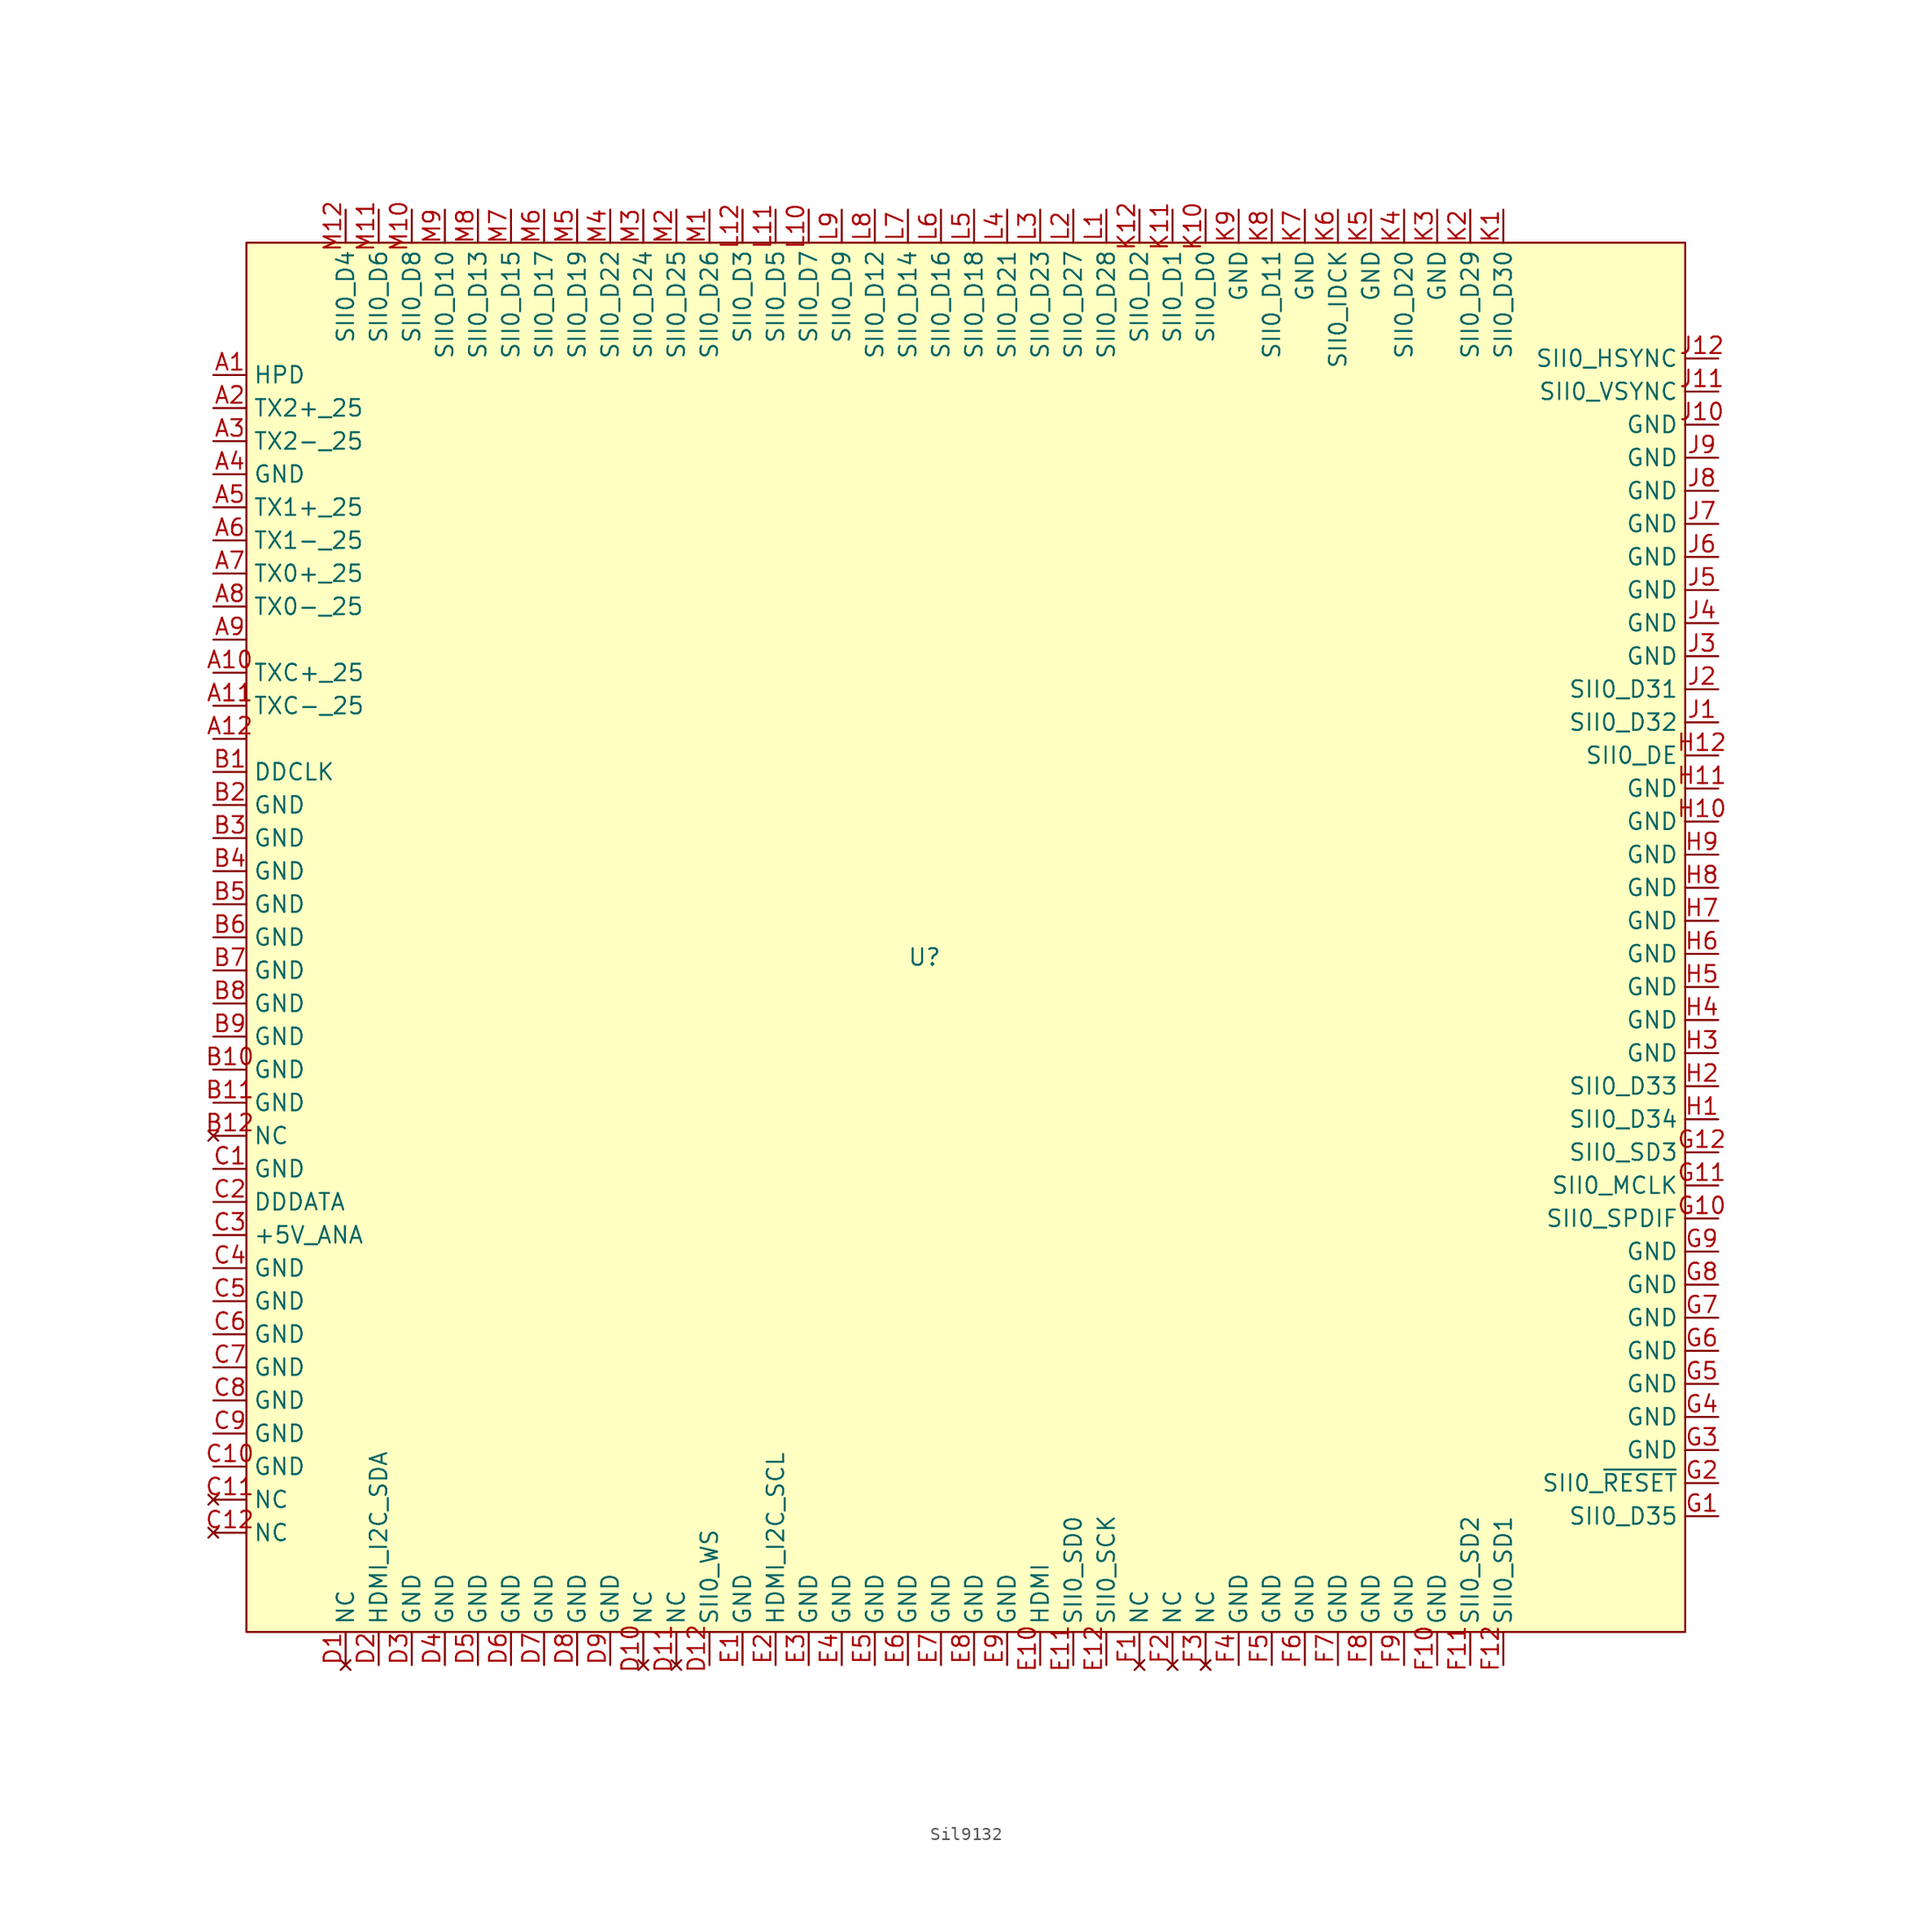
<source format=kicad_sym>
(kicad_symbol_lib
  (version 20231120)
  (generator "kicad_symbol_editor")
  (generator_version "8.0")
  (symbol "Sil9132"
    (property "Reference" "U"
      (at 0 -0.254 0)
      (effects (font (size 1.27 1.27))))
    (property "Value" ""
      (at 0 0 0)
      (effects (font (size 1.27 1.27))))
    (symbol "Sil9132_1_1"
      (rectangle (start -52.07 54.61) (end 58.42 -52.07) (stroke (width 0) (type default)) (fill (type background)))
      (pin unspecified line (at -54.61 44.45 0) (length 2.54) (name "HPD" (effects (font (size 1.27 1.27)))) (number "A1" (effects (font (size 1.27 1.27)))))
      (pin unspecified line (at -54.61 21.59 0) (length 2.54) (name "TXC+_25" (effects (font (size 1.27 1.27)))) (number "A10" (effects (font (size 1.27 1.27)))))
      (pin unspecified line (at -54.61 19.05 0) (length 2.54) (name "TXC-_25" (effects (font (size 1.27 1.27)))) (number "A11" (effects (font (size 1.27 1.27)))))
      (pin unspecified line (at -54.61 16.51 0) (length 2.54) (name "" (effects (font (size 1.27 1.27)))) (number "A12" (effects (font (size 1.27 1.27)))))
      (pin unspecified line (at -54.61 41.91 0) (length 2.54) (name "TX2+_25" (effects (font (size 1.27 1.27)))) (number "A2" (effects (font (size 1.27 1.27)))))
      (pin unspecified line (at -54.61 39.37 0) (length 2.54) (name "TX2-_25" (effects (font (size 1.27 1.27)))) (number "A3" (effects (font (size 1.27 1.27)))))
      (pin unspecified line (at -54.61 36.83 0) (length 2.54) (name "GND" (effects (font (size 1.27 1.27)))) (number "A4" (effects (font (size 1.27 1.27)))))
      (pin unspecified line (at -54.61 34.29 0) (length 2.54) (name "TX1+_25" (effects (font (size 1.27 1.27)))) (number "A5" (effects (font (size 1.27 1.27)))))
      (pin unspecified line (at -54.61 31.75 0) (length 2.54) (name "TX1-_25" (effects (font (size 1.27 1.27)))) (number "A6" (effects (font (size 1.27 1.27)))))
      (pin unspecified line (at -54.61 29.21 0) (length 2.54) (name "TX0+_25" (effects (font (size 1.27 1.27)))) (number "A7" (effects (font (size 1.27 1.27)))))
      (pin unspecified line (at -54.61 26.67 0) (length 2.54) (name "TX0-_25" (effects (font (size 1.27 1.27)))) (number "A8" (effects (font (size 1.27 1.27)))))
      (pin unspecified line (at -54.61 24.13 0) (length 2.54) (name "" (effects (font (size 1.27 1.27)))) (number "A9" (effects (font (size 1.27 1.27)))))
      (pin unspecified line (at -54.61 13.97 0) (length 2.54) (name "DDCLK" (effects (font (size 1.27 1.27)))) (number "B1" (effects (font (size 1.27 1.27)))))
      (pin unspecified line (at -54.61 -8.89 0) (length 2.54) (name "GND" (effects (font (size 1.27 1.27)))) (number "B10" (effects (font (size 1.27 1.27)))))
      (pin unspecified line (at -54.61 -11.43 0) (length 2.54) (name "GND" (effects (font (size 1.27 1.27)))) (number "B11" (effects (font (size 1.27 1.27)))))
      (pin no_connect line (at -54.61 -13.97 0) (length 2.54) (name "NC" (effects (font (size 1.27 1.27)))) (number "B12" (effects (font (size 1.27 1.27)))))
      (pin unspecified line (at -54.61 11.43 0) (length 2.54) (name "GND" (effects (font (size 1.27 1.27)))) (number "B2" (effects (font (size 1.27 1.27)))))
      (pin unspecified line (at -54.61 8.89 0) (length 2.54) (name "GND" (effects (font (size 1.27 1.27)))) (number "B3" (effects (font (size 1.27 1.27)))))
      (pin unspecified line (at -54.61 6.35 0) (length 2.54) (name "GND" (effects (font (size 1.27 1.27)))) (number "B4" (effects (font (size 1.27 1.27)))))
      (pin unspecified line (at -54.61 3.81 0) (length 2.54) (name "GND" (effects (font (size 1.27 1.27)))) (number "B5" (effects (font (size 1.27 1.27)))))
      (pin unspecified line (at -54.61 1.27 0) (length 2.54) (name "GND" (effects (font (size 1.27 1.27)))) (number "B6" (effects (font (size 1.27 1.27)))))
      (pin unspecified line (at -54.61 -1.27 0) (length 2.54) (name "GND" (effects (font (size 1.27 1.27)))) (number "B7" (effects (font (size 1.27 1.27)))))
      (pin unspecified line (at -54.61 -3.81 0) (length 2.54) (name "GND" (effects (font (size 1.27 1.27)))) (number "B8" (effects (font (size 1.27 1.27)))))
      (pin unspecified line (at -54.61 -6.35 0) (length 2.54) (name "GND" (effects (font (size 1.27 1.27)))) (number "B9" (effects (font (size 1.27 1.27)))))
      (pin unspecified line (at -54.61 -16.51 0) (length 2.54) (name "GND" (effects (font (size 1.27 1.27)))) (number "C1" (effects (font (size 1.27 1.27)))))
      (pin unspecified line (at -54.61 -39.37 0) (length 2.54) (name "GND" (effects (font (size 1.27 1.27)))) (number "C10" (effects (font (size 1.27 1.27)))))
      (pin no_connect line (at -54.61 -41.91 0) (length 2.54) (name "NC" (effects (font (size 1.27 1.27)))) (number "C11" (effects (font (size 1.27 1.27)))))
      (pin no_connect line (at -54.61 -44.45 0) (length 2.54) (name "NC" (effects (font (size 1.27 1.27)))) (number "C12" (effects (font (size 1.27 1.27)))))
      (pin unspecified line (at -54.61 -19.05 0) (length 2.54) (name "DDDATA" (effects (font (size 1.27 1.27)))) (number "C2" (effects (font (size 1.27 1.27)))))
      (pin unspecified line (at -54.61 -21.59 0) (length 2.54) (name "+5V_ANA" (effects (font (size 1.27 1.27)))) (number "C3" (effects (font (size 1.27 1.27)))))
      (pin unspecified line (at -54.61 -24.13 0) (length 2.54) (name "GND" (effects (font (size 1.27 1.27)))) (number "C4" (effects (font (size 1.27 1.27)))))
      (pin unspecified line (at -54.61 -26.67 0) (length 2.54) (name "GND" (effects (font (size 1.27 1.27)))) (number "C5" (effects (font (size 1.27 1.27)))))
      (pin unspecified line (at -54.61 -29.21 0) (length 2.54) (name "GND" (effects (font (size 1.27 1.27)))) (number "C6" (effects (font (size 1.27 1.27)))))
      (pin unspecified line (at -54.61 -31.75 0) (length 2.54) (name "GND" (effects (font (size 1.27 1.27)))) (number "C7" (effects (font (size 1.27 1.27)))))
      (pin unspecified line (at -54.61 -34.29 0) (length 2.54) (name "GND" (effects (font (size 1.27 1.27)))) (number "C8" (effects (font (size 1.27 1.27)))))
      (pin unspecified line (at -54.61 -36.83 0) (length 2.54) (name "GND" (effects (font (size 1.27 1.27)))) (number "C9" (effects (font (size 1.27 1.27)))))
      (pin no_connect line (at -44.45 -54.61 90) (length 2.54) (name "NC" (effects (font (size 1.27 1.27)))) (number "D1" (effects (font (size 1.27 1.27)))))
      (pin no_connect line (at -21.59 -54.61 90) (length 2.54) (name "NC" (effects (font (size 1.27 1.27)))) (number "D10" (effects (font (size 1.27 1.27)))))
      (pin no_connect line (at -19.05 -54.61 90) (length 2.54) (name "NC" (effects (font (size 1.27 1.27)))) (number "D11" (effects (font (size 1.27 1.27)))))
      (pin unspecified line (at -16.51 -54.61 90) (length 2.54) (name "SII0_WS" (effects (font (size 1.27 1.27)))) (number "D12" (effects (font (size 1.27 1.27)))))
      (pin unspecified line (at -41.91 -54.61 90) (length 2.54) (name "HDMI_I2C_SDA" (effects (font (size 1.27 1.27)))) (number "D2" (effects (font (size 1.27 1.27)))))
      (pin unspecified line (at -39.37 -54.61 90) (length 2.54) (name "GND" (effects (font (size 1.27 1.27)))) (number "D3" (effects (font (size 1.27 1.27)))))
      (pin unspecified line (at -36.83 -54.61 90) (length 2.54) (name "GND" (effects (font (size 1.27 1.27)))) (number "D4" (effects (font (size 1.27 1.27)))))
      (pin unspecified line (at -34.29 -54.61 90) (length 2.54) (name "GND" (effects (font (size 1.27 1.27)))) (number "D5" (effects (font (size 1.27 1.27)))))
      (pin unspecified line (at -31.75 -54.61 90) (length 2.54) (name "GND" (effects (font (size 1.27 1.27)))) (number "D6" (effects (font (size 1.27 1.27)))))
      (pin unspecified line (at -29.21 -54.61 90) (length 2.54) (name "GND" (effects (font (size 1.27 1.27)))) (number "D7" (effects (font (size 1.27 1.27)))))
      (pin unspecified line (at -26.67 -54.61 90) (length 2.54) (name "GND" (effects (font (size 1.27 1.27)))) (number "D8" (effects (font (size 1.27 1.27)))))
      (pin unspecified line (at -24.13 -54.61 90) (length 2.54) (name "GND" (effects (font (size 1.27 1.27)))) (number "D9" (effects (font (size 1.27 1.27)))))
      (pin unspecified line (at -13.97 -54.61 90) (length 2.54) (name "GND" (effects (font (size 1.27 1.27)))) (number "E1" (effects (font (size 1.27 1.27)))))
      (pin unspecified line (at 8.89 -54.61 90) (length 2.54) (name "HDMI" (effects (font (size 1.27 1.27)))) (number "E10" (effects (font (size 1.27 1.27)))))
      (pin unspecified line (at 11.43 -54.61 90) (length 2.54) (name "SII0_SD0" (effects (font (size 1.27 1.27)))) (number "E11" (effects (font (size 1.27 1.27)))))
      (pin unspecified line (at 13.97 -54.61 90) (length 2.54) (name "SII0_SCK" (effects (font (size 1.27 1.27)))) (number "E12" (effects (font (size 1.27 1.27)))))
      (pin unspecified line (at -11.43 -54.61 90) (length 2.54) (name "HDMI_I2C_SCL" (effects (font (size 1.27 1.27)))) (number "E2" (effects (font (size 1.27 1.27)))))
      (pin unspecified line (at -8.89 -54.61 90) (length 2.54) (name "GND" (effects (font (size 1.27 1.27)))) (number "E3" (effects (font (size 1.27 1.27)))))
      (pin unspecified line (at -6.35 -54.61 90) (length 2.54) (name "GND" (effects (font (size 1.27 1.27)))) (number "E4" (effects (font (size 1.27 1.27)))))
      (pin unspecified line (at -3.81 -54.61 90) (length 2.54) (name "GND" (effects (font (size 1.27 1.27)))) (number "E5" (effects (font (size 1.27 1.27)))))
      (pin unspecified line (at -1.27 -54.61 90) (length 2.54) (name "GND" (effects (font (size 1.27 1.27)))) (number "E6" (effects (font (size 1.27 1.27)))))
      (pin unspecified line (at 1.27 -54.61 90) (length 2.54) (name "GND" (effects (font (size 1.27 1.27)))) (number "E7" (effects (font (size 1.27 1.27)))))
      (pin unspecified line (at 3.81 -54.61 90) (length 2.54) (name "GND" (effects (font (size 1.27 1.27)))) (number "E8" (effects (font (size 1.27 1.27)))))
      (pin unspecified line (at 6.35 -54.61 90) (length 2.54) (name "GND" (effects (font (size 1.27 1.27)))) (number "E9" (effects (font (size 1.27 1.27)))))
      (pin no_connect line (at 16.51 -54.61 90) (length 2.54) (name "NC" (effects (font (size 1.27 1.27)))) (number "F1" (effects (font (size 1.27 1.27)))))
      (pin unspecified line (at 39.37 -54.61 90) (length 2.54) (name "GND" (effects (font (size 1.27 1.27)))) (number "F10" (effects (font (size 1.27 1.27)))))
      (pin unspecified line (at 41.91 -54.61 90) (length 2.54) (name "SII0_SD2" (effects (font (size 1.27 1.27)))) (number "F11" (effects (font (size 1.27 1.27)))))
      (pin unspecified line (at 44.45 -54.61 90) (length 2.54) (name "SII0_SD1" (effects (font (size 1.27 1.27)))) (number "F12" (effects (font (size 1.27 1.27)))))
      (pin no_connect line (at 19.05 -54.61 90) (length 2.54) (name "NC" (effects (font (size 1.27 1.27)))) (number "F2" (effects (font (size 1.27 1.27)))))
      (pin no_connect line (at 21.59 -54.61 90) (length 2.54) (name "NC" (effects (font (size 1.27 1.27)))) (number "F3" (effects (font (size 1.27 1.27)))))
      (pin unspecified line (at 24.13 -54.61 90) (length 2.54) (name "GND" (effects (font (size 1.27 1.27)))) (number "F4" (effects (font (size 1.27 1.27)))))
      (pin unspecified line (at 26.67 -54.61 90) (length 2.54) (name "GND" (effects (font (size 1.27 1.27)))) (number "F5" (effects (font (size 1.27 1.27)))))
      (pin unspecified line (at 29.21 -54.61 90) (length 2.54) (name "GND" (effects (font (size 1.27 1.27)))) (number "F6" (effects (font (size 1.27 1.27)))))
      (pin unspecified line (at 31.75 -54.61 90) (length 2.54) (name "GND" (effects (font (size 1.27 1.27)))) (number "F7" (effects (font (size 1.27 1.27)))))
      (pin unspecified line (at 34.29 -54.61 90) (length 2.54) (name "GND" (effects (font (size 1.27 1.27)))) (number "F8" (effects (font (size 1.27 1.27)))))
      (pin unspecified line (at 36.83 -54.61 90) (length 2.54) (name "GND" (effects (font (size 1.27 1.27)))) (number "F9" (effects (font (size 1.27 1.27)))))
      (pin unspecified line (at 60.96 -43.18 180) (length 2.54) (name "SII0_D35" (effects (font (size 1.27 1.27)))) (number "G1" (effects (font (size 1.27 1.27)))))
      (pin unspecified line (at 60.96 -20.32 180) (length 2.54) (name "SII0_SPDIF" (effects (font (size 1.27 1.27)))) (number "G10" (effects (font (size 1.27 1.27)))))
      (pin unspecified line (at 60.96 -17.78 180) (length 2.54) (name "SII0_MCLK" (effects (font (size 1.27 1.27)))) (number "G11" (effects (font (size 1.27 1.27)))))
      (pin unspecified line (at 60.96 -15.24 180) (length 2.54) (name "SII0_SD3" (effects (font (size 1.27 1.27)))) (number "G12" (effects (font (size 1.27 1.27)))))
      (pin unspecified line (at 60.96 -40.64 180) (length 2.54) (name "SII0_~{RESET}" (effects (font (size 1.27 1.27)))) (number "G2" (effects (font (size 1.27 1.27)))))
      (pin unspecified line (at 60.96 -38.1 180) (length 2.54) (name "GND" (effects (font (size 1.27 1.27)))) (number "G3" (effects (font (size 1.27 1.27)))))
      (pin unspecified line (at 60.96 -35.56 180) (length 2.54) (name "GND" (effects (font (size 1.27 1.27)))) (number "G4" (effects (font (size 1.27 1.27)))))
      (pin unspecified line (at 60.96 -33.02 180) (length 2.54) (name "GND" (effects (font (size 1.27 1.27)))) (number "G5" (effects (font (size 1.27 1.27)))))
      (pin unspecified line (at 60.96 -30.48 180) (length 2.54) (name "GND" (effects (font (size 1.27 1.27)))) (number "G6" (effects (font (size 1.27 1.27)))))
      (pin unspecified line (at 60.96 -27.94 180) (length 2.54) (name "GND" (effects (font (size 1.27 1.27)))) (number "G7" (effects (font (size 1.27 1.27)))))
      (pin unspecified line (at 60.96 -25.4 180) (length 2.54) (name "GND" (effects (font (size 1.27 1.27)))) (number "G8" (effects (font (size 1.27 1.27)))))
      (pin unspecified line (at 60.96 -22.86 180) (length 2.54) (name "GND" (effects (font (size 1.27 1.27)))) (number "G9" (effects (font (size 1.27 1.27)))))
      (pin unspecified line (at 60.96 -12.7 180) (length 2.54) (name "SII0_D34" (effects (font (size 1.27 1.27)))) (number "H1" (effects (font (size 1.27 1.27)))))
      (pin unspecified line (at 60.96 10.16 180) (length 2.54) (name "GND" (effects (font (size 1.27 1.27)))) (number "H10" (effects (font (size 1.27 1.27)))))
      (pin unspecified line (at 60.96 12.7 180) (length 2.54) (name "GND" (effects (font (size 1.27 1.27)))) (number "H11" (effects (font (size 1.27 1.27)))))
      (pin unspecified line (at 60.96 15.24 180) (length 2.54) (name "SII0_DE" (effects (font (size 1.27 1.27)))) (number "H12" (effects (font (size 1.27 1.27)))))
      (pin unspecified line (at 60.96 -10.16 180) (length 2.54) (name "SII0_D33" (effects (font (size 1.27 1.27)))) (number "H2" (effects (font (size 1.27 1.27)))))
      (pin unspecified line (at 60.96 -7.62 180) (length 2.54) (name "GND" (effects (font (size 1.27 1.27)))) (number "H3" (effects (font (size 1.27 1.27)))))
      (pin unspecified line (at 60.96 -5.08 180) (length 2.54) (name "GND" (effects (font (size 1.27 1.27)))) (number "H4" (effects (font (size 1.27 1.27)))))
      (pin unspecified line (at 60.96 -2.54 180) (length 2.54) (name "GND" (effects (font (size 1.27 1.27)))) (number "H5" (effects (font (size 1.27 1.27)))))
      (pin unspecified line (at 60.96 0 180) (length 2.54) (name "GND" (effects (font (size 1.27 1.27)))) (number "H6" (effects (font (size 1.27 1.27)))))
      (pin unspecified line (at 60.96 2.54 180) (length 2.54) (name "GND" (effects (font (size 1.27 1.27)))) (number "H7" (effects (font (size 1.27 1.27)))))
      (pin unspecified line (at 60.96 5.08 180) (length 2.54) (name "GND" (effects (font (size 1.27 1.27)))) (number "H8" (effects (font (size 1.27 1.27)))))
      (pin unspecified line (at 60.96 7.62 180) (length 2.54) (name "GND" (effects (font (size 1.27 1.27)))) (number "H9" (effects (font (size 1.27 1.27)))))
      (pin unspecified line (at 60.96 17.78 180) (length 2.54) (name "SII0_D32" (effects (font (size 1.27 1.27)))) (number "J1" (effects (font (size 1.27 1.27)))))
      (pin unspecified line (at 60.96 40.64 180) (length 2.54) (name "GND" (effects (font (size 1.27 1.27)))) (number "J10" (effects (font (size 1.27 1.27)))))
      (pin unspecified line (at 60.96 43.18 180) (length 2.54) (name "SII0_VSYNC" (effects (font (size 1.27 1.27)))) (number "J11" (effects (font (size 1.27 1.27)))))
      (pin unspecified line (at 60.96 45.72 180) (length 2.54) (name "SII0_HSYNC" (effects (font (size 1.27 1.27)))) (number "J12" (effects (font (size 1.27 1.27)))))
      (pin unspecified line (at 60.96 20.32 180) (length 2.54) (name "SII0_D31" (effects (font (size 1.27 1.27)))) (number "J2" (effects (font (size 1.27 1.27)))))
      (pin unspecified line (at 60.96 22.86 180) (length 2.54) (name "GND" (effects (font (size 1.27 1.27)))) (number "J3" (effects (font (size 1.27 1.27)))))
      (pin unspecified line (at 60.96 25.4 180) (length 2.54) (name "GND" (effects (font (size 1.27 1.27)))) (number "J4" (effects (font (size 1.27 1.27)))))
      (pin unspecified line (at 60.96 27.94 180) (length 2.54) (name "GND" (effects (font (size 1.27 1.27)))) (number "J5" (effects (font (size 1.27 1.27)))))
      (pin unspecified line (at 60.96 30.48 180) (length 2.54) (name "GND" (effects (font (size 1.27 1.27)))) (number "J6" (effects (font (size 1.27 1.27)))))
      (pin unspecified line (at 60.96 33.02 180) (length 2.54) (name "GND" (effects (font (size 1.27 1.27)))) (number "J7" (effects (font (size 1.27 1.27)))))
      (pin unspecified line (at 60.96 35.56 180) (length 2.54) (name "GND" (effects (font (size 1.27 1.27)))) (number "J8" (effects (font (size 1.27 1.27)))))
      (pin unspecified line (at 60.96 38.1 180) (length 2.54) (name "GND" (effects (font (size 1.27 1.27)))) (number "J9" (effects (font (size 1.27 1.27)))))
      (pin unspecified line (at 44.45 57.15 270) (length 2.54) (name "SII0_D30" (effects (font (size 1.27 1.27)))) (number "K1" (effects (font (size 1.27 1.27)))))
      (pin unspecified line (at 21.59 57.15 270) (length 2.54) (name "SII0_D0" (effects (font (size 1.27 1.27)))) (number "K10" (effects (font (size 1.27 1.27)))))
      (pin unspecified line (at 19.05 57.15 270) (length 2.54) (name "SII0_D1" (effects (font (size 1.27 1.27)))) (number "K11" (effects (font (size 1.27 1.27)))))
      (pin unspecified line (at 16.51 57.15 270) (length 2.54) (name "SII0_D2" (effects (font (size 1.27 1.27)))) (number "K12" (effects (font (size 1.27 1.27)))))
      (pin unspecified line (at 41.91 57.15 270) (length 2.54) (name "SII0_D29" (effects (font (size 1.27 1.27)))) (number "K2" (effects (font (size 1.27 1.27)))))
      (pin unspecified line (at 39.37 57.15 270) (length 2.54) (name "GND" (effects (font (size 1.27 1.27)))) (number "K3" (effects (font (size 1.27 1.27)))))
      (pin unspecified line (at 36.83 57.15 270) (length 2.54) (name "SII0_D20" (effects (font (size 1.27 1.27)))) (number "K4" (effects (font (size 1.27 1.27)))))
      (pin unspecified line (at 34.29 57.15 270) (length 2.54) (name "GND" (effects (font (size 1.27 1.27)))) (number "K5" (effects (font (size 1.27 1.27)))))
      (pin unspecified line (at 31.75 57.15 270) (length 2.54) (name "SII0_IDCK" (effects (font (size 1.27 1.27)))) (number "K6" (effects (font (size 1.27 1.27)))))
      (pin unspecified line (at 29.21 57.15 270) (length 2.54) (name "GND" (effects (font (size 1.27 1.27)))) (number "K7" (effects (font (size 1.27 1.27)))))
      (pin unspecified line (at 26.67 57.15 270) (length 2.54) (name "SII0_D11" (effects (font (size 1.27 1.27)))) (number "K8" (effects (font (size 1.27 1.27)))))
      (pin unspecified line (at 24.13 57.15 270) (length 2.54) (name "GND" (effects (font (size 1.27 1.27)))) (number "K9" (effects (font (size 1.27 1.27)))))
      (pin unspecified line (at 13.97 57.15 270) (length 2.54) (name "SII0_D28" (effects (font (size 1.27 1.27)))) (number "L1" (effects (font (size 1.27 1.27)))))
      (pin unspecified line (at -8.89 57.15 270) (length 2.54) (name "SII0_D7" (effects (font (size 1.27 1.27)))) (number "L10" (effects (font (size 1.27 1.27)))))
      (pin unspecified line (at -11.43 57.15 270) (length 2.54) (name "SII0_D5" (effects (font (size 1.27 1.27)))) (number "L11" (effects (font (size 1.27 1.27)))))
      (pin unspecified line (at -13.97 57.15 270) (length 2.54) (name "SII0_D3" (effects (font (size 1.27 1.27)))) (number "L12" (effects (font (size 1.27 1.27)))))
      (pin unspecified line (at 11.43 57.15 270) (length 2.54) (name "SII0_D27" (effects (font (size 1.27 1.27)))) (number "L2" (effects (font (size 1.27 1.27)))))
      (pin unspecified line (at 8.89 57.15 270) (length 2.54) (name "SII0_D23" (effects (font (size 1.27 1.27)))) (number "L3" (effects (font (size 1.27 1.27)))))
      (pin unspecified line (at 6.35 57.15 270) (length 2.54) (name "SII0_D21" (effects (font (size 1.27 1.27)))) (number "L4" (effects (font (size 1.27 1.27)))))
      (pin unspecified line (at 3.81 57.15 270) (length 2.54) (name "SII0_D18" (effects (font (size 1.27 1.27)))) (number "L5" (effects (font (size 1.27 1.27)))))
      (pin unspecified line (at 1.27 57.15 270) (length 2.54) (name "SII0_D16" (effects (font (size 1.27 1.27)))) (number "L6" (effects (font (size 1.27 1.27)))))
      (pin unspecified line (at -1.27 57.15 270) (length 2.54) (name "SII0_D14" (effects (font (size 1.27 1.27)))) (number "L7" (effects (font (size 1.27 1.27)))))
      (pin unspecified line (at -3.81 57.15 270) (length 2.54) (name "SII0_D12" (effects (font (size 1.27 1.27)))) (number "L8" (effects (font (size 1.27 1.27)))))
      (pin unspecified line (at -6.35 57.15 270) (length 2.54) (name "SII0_D9" (effects (font (size 1.27 1.27)))) (number "L9" (effects (font (size 1.27 1.27)))))
      (pin unspecified line (at -16.51 57.15 270) (length 2.54) (name "SII0_D26" (effects (font (size 1.27 1.27)))) (number "M1" (effects (font (size 1.27 1.27)))))
      (pin unspecified line (at -39.37 57.15 270) (length 2.54) (name "SII0_D8" (effects (font (size 1.27 1.27)))) (number "M10" (effects (font (size 1.27 1.27)))))
      (pin unspecified line (at -41.91 57.15 270) (length 2.54) (name "SII0_D6" (effects (font (size 1.27 1.27)))) (number "M11" (effects (font (size 1.27 1.27)))))
      (pin unspecified line (at -44.45 57.15 270) (length 2.54) (name "SII0_D4" (effects (font (size 1.27 1.27)))) (number "M12" (effects (font (size 1.27 1.27)))))
      (pin unspecified line (at -19.05 57.15 270) (length 2.54) (name "SII0_D25" (effects (font (size 1.27 1.27)))) (number "M2" (effects (font (size 1.27 1.27)))))
      (pin unspecified line (at -21.59 57.15 270) (length 2.54) (name "SII0_D24" (effects (font (size 1.27 1.27)))) (number "M3" (effects (font (size 1.27 1.27)))))
      (pin unspecified line (at -24.13 57.15 270) (length 2.54) (name "SII0_D22" (effects (font (size 1.27 1.27)))) (number "M4" (effects (font (size 1.27 1.27)))))
      (pin unspecified line (at -26.67 57.15 270) (length 2.54) (name "SII0_D19" (effects (font (size 1.27 1.27)))) (number "M5" (effects (font (size 1.27 1.27)))))
      (pin unspecified line (at -29.21 57.15 270) (length 2.54) (name "SII0_D17" (effects (font (size 1.27 1.27)))) (number "M6" (effects (font (size 1.27 1.27)))))
      (pin unspecified line (at -31.75 57.15 270) (length 2.54) (name "SII0_D15" (effects (font (size 1.27 1.27)))) (number "M7" (effects (font (size 1.27 1.27)))))
      (pin unspecified line (at -34.29 57.15 270) (length 2.54) (name "SII0_D13" (effects (font (size 1.27 1.27)))) (number "M8" (effects (font (size 1.27 1.27)))))
      (pin unspecified line (at -36.83 57.15 270) (length 2.54) (name "SII0_D10" (effects (font (size 1.27 1.27)))) (number "M9" (effects (font (size 1.27 1.27))))))))
</source>
